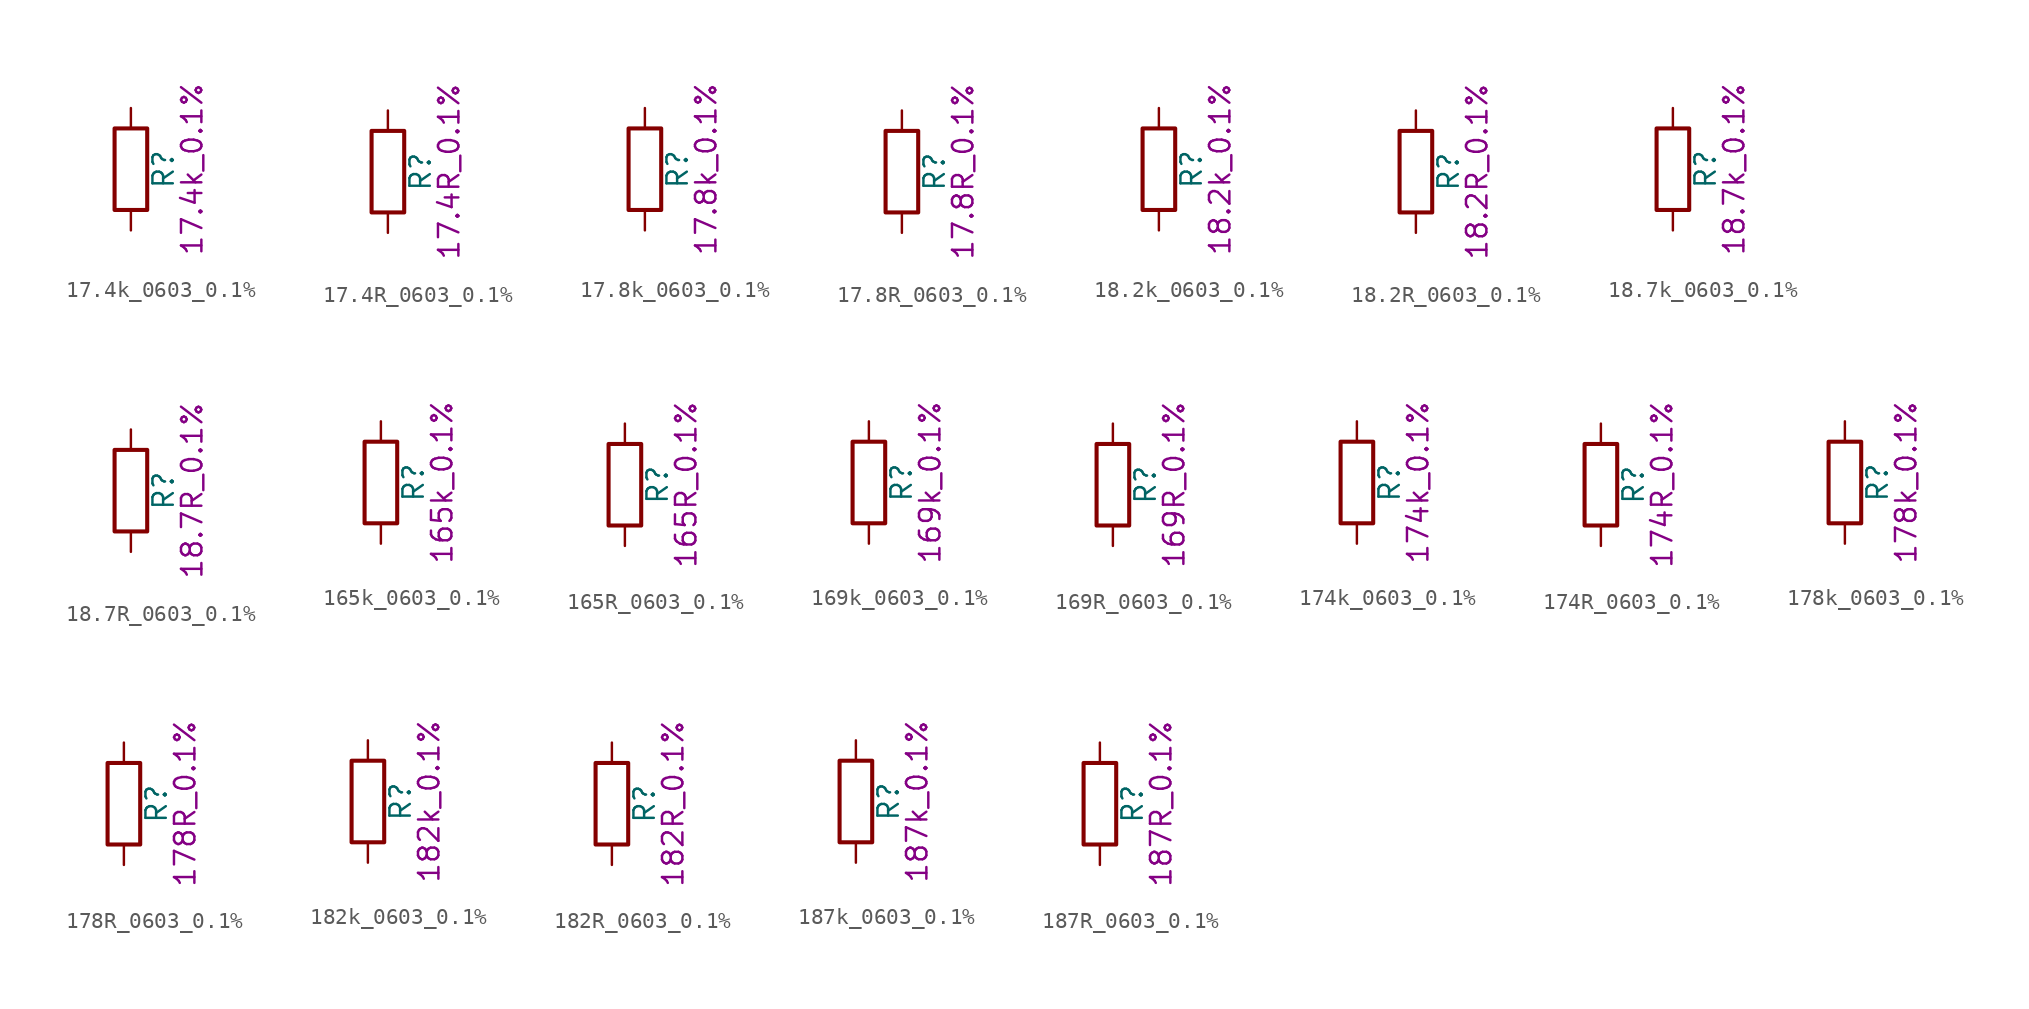
<source format=kicad_sym>
(kicad_symbol_lib
  (version 20211014)
  (generator kicad_symbol_editor)
  (symbol "17.4k_0603_0.1%"
    (pin_numbers hide)
    (pin_names
      (offset 0))
    (property "Reference" "R"
      (at 2.032 0 90)
      (effects (font (size 1.27 1.27))))
    (property "Display" "17.4k_0.1%"
      (at 3.81 0 90)
      (effects (font (size 1.27 1.27))))
    (symbol "17.4k_0603_0.1%_0_1"
      (rectangle (start -1.016 -2.54) (end 1.016 2.54) (stroke (width 0.254) (type default) (color 0 0 0 0)) (fill (type none))))
    (symbol "17.4k_0603_0.1%_1_1"
      (pin passive line (at 0 3.81 270) (length 1.27) (name "~" (effects (font (size 1.27 1.27)))) (number "1" (effects (font (size 1.27 1.27)))))
      (pin passive line (at 0 -3.81 90) (length 1.27) (name "~" (effects (font (size 1.27 1.27)))) (number "2" (effects (font (size 1.27 1.27)))))))
  (symbol "17.4R_0603_0.1%"
    (pin_numbers hide)
    (pin_names
      (offset 0))
    (property "Reference" "R"
      (at 2.032 0 90)
      (effects (font (size 1.27 1.27))))
    (property "Display" "17.4R_0.1%"
      (at 3.81 0 90)
      (effects (font (size 1.27 1.27))))
    (symbol "17.4R_0603_0.1%_0_1"
      (rectangle (start -1.016 -2.54) (end 1.016 2.54) (stroke (width 0.254) (type default) (color 0 0 0 0)) (fill (type none))))
    (symbol "17.4R_0603_0.1%_1_1"
      (pin passive line (at 0 3.81 270) (length 1.27) (name "~" (effects (font (size 1.27 1.27)))) (number "1" (effects (font (size 1.27 1.27)))))
      (pin passive line (at 0 -3.81 90) (length 1.27) (name "~" (effects (font (size 1.27 1.27)))) (number "2" (effects (font (size 1.27 1.27)))))))
  (symbol "17.8k_0603_0.1%"
    (pin_numbers hide)
    (pin_names
      (offset 0))
    (property "Reference" "R"
      (at 2.032 0 90)
      (effects (font (size 1.27 1.27))))
    (property "Display" "17.8k_0.1%"
      (at 3.81 0 90)
      (effects (font (size 1.27 1.27))))
    (symbol "17.8k_0603_0.1%_0_1"
      (rectangle (start -1.016 -2.54) (end 1.016 2.54) (stroke (width 0.254) (type default) (color 0 0 0 0)) (fill (type none))))
    (symbol "17.8k_0603_0.1%_1_1"
      (pin passive line (at 0 3.81 270) (length 1.27) (name "~" (effects (font (size 1.27 1.27)))) (number "1" (effects (font (size 1.27 1.27)))))
      (pin passive line (at 0 -3.81 90) (length 1.27) (name "~" (effects (font (size 1.27 1.27)))) (number "2" (effects (font (size 1.27 1.27)))))))
  (symbol "17.8R_0603_0.1%"
    (pin_numbers hide)
    (pin_names
      (offset 0))
    (property "Reference" "R"
      (at 2.032 0 90)
      (effects (font (size 1.27 1.27))))
    (property "Display" "17.8R_0.1%"
      (at 3.81 0 90)
      (effects (font (size 1.27 1.27))))
    (symbol "17.8R_0603_0.1%_0_1"
      (rectangle (start -1.016 -2.54) (end 1.016 2.54) (stroke (width 0.254) (type default) (color 0 0 0 0)) (fill (type none))))
    (symbol "17.8R_0603_0.1%_1_1"
      (pin passive line (at 0 3.81 270) (length 1.27) (name "~" (effects (font (size 1.27 1.27)))) (number "1" (effects (font (size 1.27 1.27)))))
      (pin passive line (at 0 -3.81 90) (length 1.27) (name "~" (effects (font (size 1.27 1.27)))) (number "2" (effects (font (size 1.27 1.27)))))))
  (symbol "18.2k_0603_0.1%"
    (pin_numbers hide)
    (pin_names
      (offset 0))
    (property "Reference" "R"
      (at 2.032 0 90)
      (effects (font (size 1.27 1.27))))
    (property "Display" "18.2k_0.1%"
      (at 3.81 0 90)
      (effects (font (size 1.27 1.27))))
    (symbol "18.2k_0603_0.1%_0_1"
      (rectangle (start -1.016 -2.54) (end 1.016 2.54) (stroke (width 0.254) (type default) (color 0 0 0 0)) (fill (type none))))
    (symbol "18.2k_0603_0.1%_1_1"
      (pin passive line (at 0 3.81 270) (length 1.27) (name "~" (effects (font (size 1.27 1.27)))) (number "1" (effects (font (size 1.27 1.27)))))
      (pin passive line (at 0 -3.81 90) (length 1.27) (name "~" (effects (font (size 1.27 1.27)))) (number "2" (effects (font (size 1.27 1.27)))))))
  (symbol "18.2R_0603_0.1%"
    (pin_numbers hide)
    (pin_names
      (offset 0))
    (property "Reference" "R"
      (at 2.032 0 90)
      (effects (font (size 1.27 1.27))))
    (property "Display" "18.2R_0.1%"
      (at 3.81 0 90)
      (effects (font (size 1.27 1.27))))
    (symbol "18.2R_0603_0.1%_0_1"
      (rectangle (start -1.016 -2.54) (end 1.016 2.54) (stroke (width 0.254) (type default) (color 0 0 0 0)) (fill (type none))))
    (symbol "18.2R_0603_0.1%_1_1"
      (pin passive line (at 0 3.81 270) (length 1.27) (name "~" (effects (font (size 1.27 1.27)))) (number "1" (effects (font (size 1.27 1.27)))))
      (pin passive line (at 0 -3.81 90) (length 1.27) (name "~" (effects (font (size 1.27 1.27)))) (number "2" (effects (font (size 1.27 1.27)))))))
  (symbol "18.7k_0603_0.1%"
    (pin_numbers hide)
    (pin_names
      (offset 0))
    (property "Reference" "R"
      (at 2.032 0 90)
      (effects (font (size 1.27 1.27))))
    (property "Display" "18.7k_0.1%"
      (at 3.81 0 90)
      (effects (font (size 1.27 1.27))))
    (symbol "18.7k_0603_0.1%_0_1"
      (rectangle (start -1.016 -2.54) (end 1.016 2.54) (stroke (width 0.254) (type default) (color 0 0 0 0)) (fill (type none))))
    (symbol "18.7k_0603_0.1%_1_1"
      (pin passive line (at 0 3.81 270) (length 1.27) (name "~" (effects (font (size 1.27 1.27)))) (number "1" (effects (font (size 1.27 1.27)))))
      (pin passive line (at 0 -3.81 90) (length 1.27) (name "~" (effects (font (size 1.27 1.27)))) (number "2" (effects (font (size 1.27 1.27)))))))
  (symbol "18.7R_0603_0.1%"
    (pin_numbers hide)
    (pin_names
      (offset 0))
    (property "Reference" "R"
      (at 2.032 0 90)
      (effects (font (size 1.27 1.27))))
    (property "Display" "18.7R_0.1%"
      (at 3.81 0 90)
      (effects (font (size 1.27 1.27))))
    (symbol "18.7R_0603_0.1%_0_1"
      (rectangle (start -1.016 -2.54) (end 1.016 2.54) (stroke (width 0.254) (type default) (color 0 0 0 0)) (fill (type none))))
    (symbol "18.7R_0603_0.1%_1_1"
      (pin passive line (at 0 3.81 270) (length 1.27) (name "~" (effects (font (size 1.27 1.27)))) (number "1" (effects (font (size 1.27 1.27)))))
      (pin passive line (at 0 -3.81 90) (length 1.27) (name "~" (effects (font (size 1.27 1.27)))) (number "2" (effects (font (size 1.27 1.27)))))))
  (symbol "165k_0603_0.1%"
    (pin_numbers hide)
    (pin_names
      (offset 0))
    (property "Reference" "R"
      (at 2.032 0 90)
      (effects (font (size 1.27 1.27))))
    (property "Display" "165k_0.1%"
      (at 3.81 0 90)
      (effects (font (size 1.27 1.27))))
    (symbol "165k_0603_0.1%_0_1"
      (rectangle (start -1.016 -2.54) (end 1.016 2.54) (stroke (width 0.254) (type default) (color 0 0 0 0)) (fill (type none))))
    (symbol "165k_0603_0.1%_1_1"
      (pin passive line (at 0 3.81 270) (length 1.27) (name "~" (effects (font (size 1.27 1.27)))) (number "1" (effects (font (size 1.27 1.27)))))
      (pin passive line (at 0 -3.81 90) (length 1.27) (name "~" (effects (font (size 1.27 1.27)))) (number "2" (effects (font (size 1.27 1.27)))))))
  (symbol "165R_0603_0.1%"
    (pin_numbers hide)
    (pin_names
      (offset 0))
    (property "Reference" "R"
      (at 2.032 0 90)
      (effects (font (size 1.27 1.27))))
    (property "Display" "165R_0.1%"
      (at 3.81 0 90)
      (effects (font (size 1.27 1.27))))
    (symbol "165R_0603_0.1%_0_1"
      (rectangle (start -1.016 -2.54) (end 1.016 2.54) (stroke (width 0.254) (type default) (color 0 0 0 0)) (fill (type none))))
    (symbol "165R_0603_0.1%_1_1"
      (pin passive line (at 0 3.81 270) (length 1.27) (name "~" (effects (font (size 1.27 1.27)))) (number "1" (effects (font (size 1.27 1.27)))))
      (pin passive line (at 0 -3.81 90) (length 1.27) (name "~" (effects (font (size 1.27 1.27)))) (number "2" (effects (font (size 1.27 1.27)))))))
  (symbol "169k_0603_0.1%"
    (pin_numbers hide)
    (pin_names
      (offset 0))
    (property "Reference" "R"
      (at 2.032 0 90)
      (effects (font (size 1.27 1.27))))
    (property "Display" "169k_0.1%"
      (at 3.81 0 90)
      (effects (font (size 1.27 1.27))))
    (symbol "169k_0603_0.1%_0_1"
      (rectangle (start -1.016 -2.54) (end 1.016 2.54) (stroke (width 0.254) (type default) (color 0 0 0 0)) (fill (type none))))
    (symbol "169k_0603_0.1%_1_1"
      (pin passive line (at 0 3.81 270) (length 1.27) (name "~" (effects (font (size 1.27 1.27)))) (number "1" (effects (font (size 1.27 1.27)))))
      (pin passive line (at 0 -3.81 90) (length 1.27) (name "~" (effects (font (size 1.27 1.27)))) (number "2" (effects (font (size 1.27 1.27)))))))
  (symbol "169R_0603_0.1%"
    (pin_numbers hide)
    (pin_names
      (offset 0))
    (property "Reference" "R"
      (at 2.032 0 90)
      (effects (font (size 1.27 1.27))))
    (property "Display" "169R_0.1%"
      (at 3.81 0 90)
      (effects (font (size 1.27 1.27))))
    (symbol "169R_0603_0.1%_0_1"
      (rectangle (start -1.016 -2.54) (end 1.016 2.54) (stroke (width 0.254) (type default) (color 0 0 0 0)) (fill (type none))))
    (symbol "169R_0603_0.1%_1_1"
      (pin passive line (at 0 3.81 270) (length 1.27) (name "~" (effects (font (size 1.27 1.27)))) (number "1" (effects (font (size 1.27 1.27)))))
      (pin passive line (at 0 -3.81 90) (length 1.27) (name "~" (effects (font (size 1.27 1.27)))) (number "2" (effects (font (size 1.27 1.27)))))))
  (symbol "174k_0603_0.1%"
    (pin_numbers hide)
    (pin_names
      (offset 0))
    (property "Reference" "R"
      (at 2.032 0 90)
      (effects (font (size 1.27 1.27))))
    (property "Display" "174k_0.1%"
      (at 3.81 0 90)
      (effects (font (size 1.27 1.27))))
    (symbol "174k_0603_0.1%_0_1"
      (rectangle (start -1.016 -2.54) (end 1.016 2.54) (stroke (width 0.254) (type default) (color 0 0 0 0)) (fill (type none))))
    (symbol "174k_0603_0.1%_1_1"
      (pin passive line (at 0 3.81 270) (length 1.27) (name "~" (effects (font (size 1.27 1.27)))) (number "1" (effects (font (size 1.27 1.27)))))
      (pin passive line (at 0 -3.81 90) (length 1.27) (name "~" (effects (font (size 1.27 1.27)))) (number "2" (effects (font (size 1.27 1.27)))))))
  (symbol "174R_0603_0.1%"
    (pin_numbers hide)
    (pin_names
      (offset 0))
    (property "Reference" "R"
      (at 2.032 0 90)
      (effects (font (size 1.27 1.27))))
    (property "Display" "174R_0.1%"
      (at 3.81 0 90)
      (effects (font (size 1.27 1.27))))
    (symbol "174R_0603_0.1%_0_1"
      (rectangle (start -1.016 -2.54) (end 1.016 2.54) (stroke (width 0.254) (type default) (color 0 0 0 0)) (fill (type none))))
    (symbol "174R_0603_0.1%_1_1"
      (pin passive line (at 0 3.81 270) (length 1.27) (name "~" (effects (font (size 1.27 1.27)))) (number "1" (effects (font (size 1.27 1.27)))))
      (pin passive line (at 0 -3.81 90) (length 1.27) (name "~" (effects (font (size 1.27 1.27)))) (number "2" (effects (font (size 1.27 1.27)))))))
  (symbol "178k_0603_0.1%"
    (pin_numbers hide)
    (pin_names
      (offset 0))
    (property "Reference" "R"
      (at 2.032 0 90)
      (effects (font (size 1.27 1.27))))
    (property "Display" "178k_0.1%"
      (at 3.81 0 90)
      (effects (font (size 1.27 1.27))))
    (symbol "178k_0603_0.1%_0_1"
      (rectangle (start -1.016 -2.54) (end 1.016 2.54) (stroke (width 0.254) (type default) (color 0 0 0 0)) (fill (type none))))
    (symbol "178k_0603_0.1%_1_1"
      (pin passive line (at 0 3.81 270) (length 1.27) (name "~" (effects (font (size 1.27 1.27)))) (number "1" (effects (font (size 1.27 1.27)))))
      (pin passive line (at 0 -3.81 90) (length 1.27) (name "~" (effects (font (size 1.27 1.27)))) (number "2" (effects (font (size 1.27 1.27)))))))
  (symbol "178R_0603_0.1%"
    (pin_numbers hide)
    (pin_names
      (offset 0))
    (property "Reference" "R"
      (at 2.032 0 90)
      (effects (font (size 1.27 1.27))))
    (property "Display" "178R_0.1%"
      (at 3.81 0 90)
      (effects (font (size 1.27 1.27))))
    (symbol "178R_0603_0.1%_0_1"
      (rectangle (start -1.016 -2.54) (end 1.016 2.54) (stroke (width 0.254) (type default) (color 0 0 0 0)) (fill (type none))))
    (symbol "178R_0603_0.1%_1_1"
      (pin passive line (at 0 3.81 270) (length 1.27) (name "~" (effects (font (size 1.27 1.27)))) (number "1" (effects (font (size 1.27 1.27)))))
      (pin passive line (at 0 -3.81 90) (length 1.27) (name "~" (effects (font (size 1.27 1.27)))) (number "2" (effects (font (size 1.27 1.27)))))))
  (symbol "182k_0603_0.1%"
    (pin_numbers hide)
    (pin_names
      (offset 0))
    (property "Reference" "R"
      (at 2.032 0 90)
      (effects (font (size 1.27 1.27))))
    (property "Display" "182k_0.1%"
      (at 3.81 0 90)
      (effects (font (size 1.27 1.27))))
    (symbol "182k_0603_0.1%_0_1"
      (rectangle (start -1.016 -2.54) (end 1.016 2.54) (stroke (width 0.254) (type default) (color 0 0 0 0)) (fill (type none))))
    (symbol "182k_0603_0.1%_1_1"
      (pin passive line (at 0 3.81 270) (length 1.27) (name "~" (effects (font (size 1.27 1.27)))) (number "1" (effects (font (size 1.27 1.27)))))
      (pin passive line (at 0 -3.81 90) (length 1.27) (name "~" (effects (font (size 1.27 1.27)))) (number "2" (effects (font (size 1.27 1.27)))))))
  (symbol "182R_0603_0.1%"
    (pin_numbers hide)
    (pin_names
      (offset 0))
    (property "Reference" "R"
      (at 2.032 0 90)
      (effects (font (size 1.27 1.27))))
    (property "Display" "182R_0.1%"
      (at 3.81 0 90)
      (effects (font (size 1.27 1.27))))
    (symbol "182R_0603_0.1%_0_1"
      (rectangle (start -1.016 -2.54) (end 1.016 2.54) (stroke (width 0.254) (type default) (color 0 0 0 0)) (fill (type none))))
    (symbol "182R_0603_0.1%_1_1"
      (pin passive line (at 0 3.81 270) (length 1.27) (name "~" (effects (font (size 1.27 1.27)))) (number "1" (effects (font (size 1.27 1.27)))))
      (pin passive line (at 0 -3.81 90) (length 1.27) (name "~" (effects (font (size 1.27 1.27)))) (number "2" (effects (font (size 1.27 1.27)))))))
  (symbol "187k_0603_0.1%"
    (pin_numbers hide)
    (pin_names
      (offset 0))
    (property "Reference" "R"
      (at 2.032 0 90)
      (effects (font (size 1.27 1.27))))
    (property "Display" "187k_0.1%"
      (at 3.81 0 90)
      (effects (font (size 1.27 1.27))))
    (symbol "187k_0603_0.1%_0_1"
      (rectangle (start -1.016 -2.54) (end 1.016 2.54) (stroke (width 0.254) (type default) (color 0 0 0 0)) (fill (type none))))
    (symbol "187k_0603_0.1%_1_1"
      (pin passive line (at 0 3.81 270) (length 1.27) (name "~" (effects (font (size 1.27 1.27)))) (number "1" (effects (font (size 1.27 1.27)))))
      (pin passive line (at 0 -3.81 90) (length 1.27) (name "~" (effects (font (size 1.27 1.27)))) (number "2" (effects (font (size 1.27 1.27)))))))
  (symbol "187R_0603_0.1%"
    (pin_numbers hide)
    (pin_names
      (offset 0))
    (property "Reference" "R"
      (at 2.032 0 90)
      (effects (font (size 1.27 1.27))))
    (property "Display" "187R_0.1%"
      (at 3.81 0 90)
      (effects (font (size 1.27 1.27))))
    (symbol "187R_0603_0.1%_0_1"
      (rectangle (start -1.016 -2.54) (end 1.016 2.54) (stroke (width 0.254) (type default) (color 0 0 0 0)) (fill (type none))))
    (symbol "187R_0603_0.1%_1_1"
      (pin passive line (at 0 3.81 270) (length 1.27) (name "~" (effects (font (size 1.27 1.27)))) (number "1" (effects (font (size 1.27 1.27)))))
      (pin passive line (at 0 -3.81 90) (length 1.27) (name "~" (effects (font (size 1.27 1.27)))) (number "2" (effects (font (size 1.27 1.27))))))))
</source>
